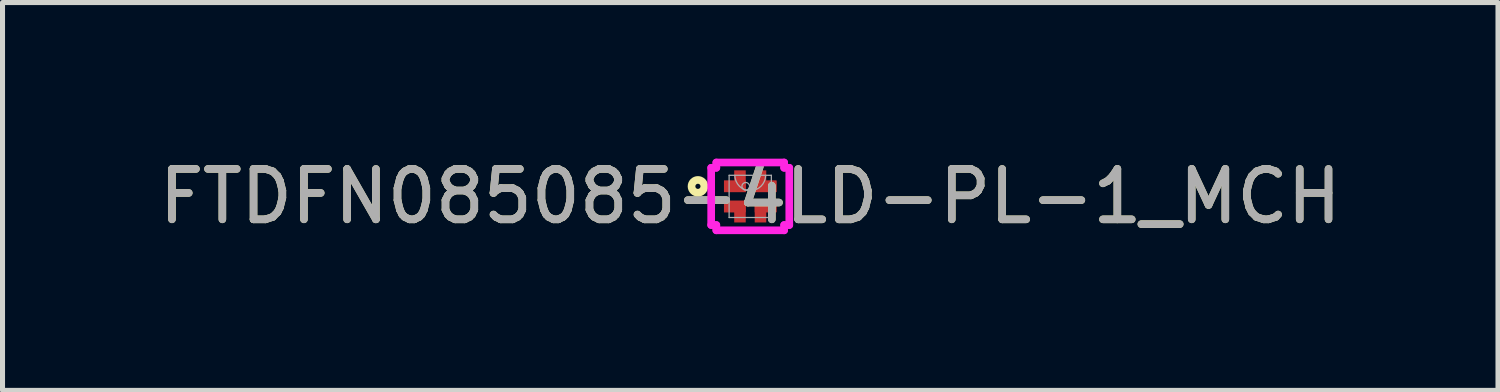
<source format=kicad_pcb>
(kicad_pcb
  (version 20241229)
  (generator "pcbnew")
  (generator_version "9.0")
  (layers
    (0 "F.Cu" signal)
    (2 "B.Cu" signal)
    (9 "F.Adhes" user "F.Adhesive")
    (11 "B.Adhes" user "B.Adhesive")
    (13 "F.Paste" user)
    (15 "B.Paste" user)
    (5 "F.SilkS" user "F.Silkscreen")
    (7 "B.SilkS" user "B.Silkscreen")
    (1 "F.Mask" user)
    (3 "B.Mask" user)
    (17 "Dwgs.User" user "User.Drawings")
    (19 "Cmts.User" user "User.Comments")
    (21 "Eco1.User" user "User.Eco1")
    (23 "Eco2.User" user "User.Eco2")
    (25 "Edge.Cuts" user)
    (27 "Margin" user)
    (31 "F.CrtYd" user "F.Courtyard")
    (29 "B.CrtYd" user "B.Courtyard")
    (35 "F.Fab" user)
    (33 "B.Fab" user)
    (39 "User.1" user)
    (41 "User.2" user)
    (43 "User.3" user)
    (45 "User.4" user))
  (footprint "FTDFN085085-4LD-PL-1_MCH"
    (layer "F.Cu")
    (at 11.839 0.848)
    (property "Reference" "FTDFN085085-4LD-PL-1_MCH" (at 0 0 0) (unlocked yes) (layer "F.SilkS") (effects (font (size 1 1) (thickness 0.15))))
    (attr smd)
    (fp_poly (pts (xy -0.521 -0.314) (xy -0.521 -0.086) (xy -0.089 -0.086) (xy -0.089 -0.517) (xy -0.318 -0.517) (xy -0.318 -0.314)) (stroke (width 0) (type solid)) (fill yes) (layer "F.Cu"))
    (fp_poly (pts (xy -0.521 0.314) (xy -0.521 0.086) (xy -0.089 0.086) (xy -0.089 0.517) (xy -0.318 0.517) (xy -0.318 0.314)) (stroke (width 0) (type solid)) (fill yes) (layer "F.Cu"))
    (fp_poly (pts (xy 0.521 -0.314) (xy 0.521 -0.086) (xy 0.089 -0.086) (xy 0.089 -0.517) (xy 0.318 -0.517) (xy 0.318 -0.314)) (stroke (width 0) (type solid)) (fill yes) (layer "F.Cu"))
    (fp_poly (pts (xy 0.521 0.314) (xy 0.521 0.086) (xy 0.089 0.086) (xy 0.089 0.517) (xy 0.318 0.517) (xy 0.318 0.314)) (stroke (width 0) (type solid)) (fill yes) (layer "F.Cu"))
    (fp_poly (pts (xy -0.521 -0.314) (xy -0.521 -0.086) (xy -0.089 -0.086) (xy -0.089 -0.517) (xy -0.318 -0.517) (xy -0.318 -0.314)) (stroke (width 0) (type solid)) (fill yes) (layer "F.Mask"))
    (fp_poly (pts (xy -0.521 0.314) (xy -0.521 0.086) (xy -0.089 0.086) (xy -0.089 0.517) (xy -0.318 0.517) (xy -0.318 0.314)) (stroke (width 0) (type solid)) (fill yes) (layer "F.Mask"))
    (fp_poly (pts (xy 0.521 -0.314) (xy 0.521 -0.086) (xy 0.089 -0.086) (xy 0.089 -0.517) (xy 0.318 -0.517) (xy 0.318 -0.314)) (stroke (width 0) (type solid)) (fill yes) (layer "F.Mask"))
    (fp_poly (pts (xy 0.521 0.314) (xy 0.521 0.086) (xy 0.089 0.086) (xy 0.089 0.517) (xy 0.318 0.517) (xy 0.318 0.314)) (stroke (width 0) (type solid)) (fill yes) (layer "F.Mask"))
    (fp_circle (center -1.038 -0.2) (end -0.911 -0.2) (stroke (width 0.152) (type solid)) (fill no) (layer "F.SilkS"))
    (fp_poly (pts (xy -0.521 -0.314) (xy -0.521 -0.086) (xy -0.089 -0.086) (xy -0.089 -0.517) (xy -0.318 -0.517) (xy -0.318 -0.314)) (stroke (width 0) (type solid)) (fill yes) (layer "F.Paste"))
    (fp_poly (pts (xy -0.521 0.314) (xy -0.521 0.086) (xy -0.089 0.086) (xy -0.089 0.517) (xy -0.318 0.517) (xy -0.318 0.314)) (stroke (width 0) (type solid)) (fill yes) (layer "F.Paste"))
    (fp_poly (pts (xy 0.521 -0.314) (xy 0.521 -0.086) (xy 0.089 -0.086) (xy 0.089 -0.517) (xy 0.318 -0.517) (xy 0.318 -0.314)) (stroke (width 0) (type solid)) (fill yes) (layer "F.Paste"))
    (fp_poly (pts (xy 0.521 0.314) (xy 0.521 0.086) (xy 0.089 0.086) (xy 0.089 0.517) (xy 0.318 0.517) (xy 0.318 0.314)) (stroke (width 0) (type solid)) (fill yes) (layer "F.Paste"))
    (fp_line (start -0.775 -0.568) (end -0.673 -0.568) (stroke (width 0.152) (type solid)) (layer "F.CrtYd"))
    (fp_line (start -0.775 0.568) (end -0.775 -0.568) (stroke (width 0.152) (type solid)) (layer "F.CrtYd"))
    (fp_line (start -0.775 0.568) (end -0.673 0.568) (stroke (width 0.152) (type solid)) (layer "F.CrtYd"))
    (fp_line (start -0.673 -0.673) (end 0.673 -0.673) (stroke (width 0.152) (type solid)) (layer "F.CrtYd"))
    (fp_line (start -0.673 -0.568) (end -0.673 -0.673) (stroke (width 0.152) (type solid)) (layer "F.CrtYd"))
    (fp_line (start -0.673 0.673) (end -0.673 0.568) (stroke (width 0.152) (type solid)) (layer "F.CrtYd"))
    (fp_line (start 0.673 -0.673) (end 0.673 -0.568) (stroke (width 0.152) (type solid)) (layer "F.CrtYd"))
    (fp_line (start 0.673 0.568) (end 0.673 0.673) (stroke (width 0.152) (type solid)) (layer "F.CrtYd"))
    (fp_line (start 0.673 0.673) (end -0.673 0.673) (stroke (width 0.152) (type solid)) (layer "F.CrtYd"))
    (fp_line (start 0.775 -0.568) (end 0.673 -0.568) (stroke (width 0.152) (type solid)) (layer "F.CrtYd"))
    (fp_line (start 0.775 -0.568) (end 0.775 0.568) (stroke (width 0.152) (type solid)) (layer "F.CrtYd"))
    (fp_line (start 0.775 0.568) (end 0.673 0.568) (stroke (width 0.152) (type solid)) (layer "F.CrtYd"))
    (fp_line (start -0.419 -0.419) (end -0.419 0.419) (stroke (width 0.025) (type solid)) (layer "F.Fab"))
    (fp_line (start -0.419 0.419) (end 0.419 0.419) (stroke (width 0.025) (type solid)) (layer "F.Fab"))
    (fp_line (start 0.419 -0.419) (end -0.419 -0.419) (stroke (width 0.025) (type solid)) (layer "F.Fab"))
    (fp_line (start 0.419 0.419) (end 0.419 -0.419) (stroke (width 0.025) (type solid)) (layer "F.Fab"))
    (fp_arc (start 0.3048 -0.4191) (mid 0 -0.1143) (end -0.3048 -0.4191) (stroke (width 0.0254) (type solid)) (layer "F.Fab"))
    (fp_circle (center -0.089 -0.2) (end -0.013 -0.2) (stroke (width 0.025) (type solid)) (fill no) (layer "F.Fab"))
    (fp_text user "${REFERENCE}" (at 0 0 0) (unlocked yes) (layer "F.Fab") (effects (font (size 1 1) (thickness 0.15))))
    (pad "1" smd rect (at -0.305 -0.2) (size 0.432 0.229) (layers "F.Cu" "F.Mask" "F.Paste"))
    (pad "2" smd rect (at -0.305 0.2) (size 0.432 0.229) (layers "F.Cu" "F.Mask" "F.Paste"))
    (pad "3" smd rect (at 0.305 0.2) (size 0.432 0.229) (layers "F.Cu" "F.Mask" "F.Paste"))
    (pad "4" smd rect (at 0.305 -0.2) (size 0.432 0.229) (layers "F.Cu" "F.Mask" "F.Paste")))
  (gr_rect
    (start -3 -3)
    (end 26.679 4.697)
    (stroke (width 0.1) (type default))
    (fill no)
    (layer "Edge.Cuts")))
</source>
